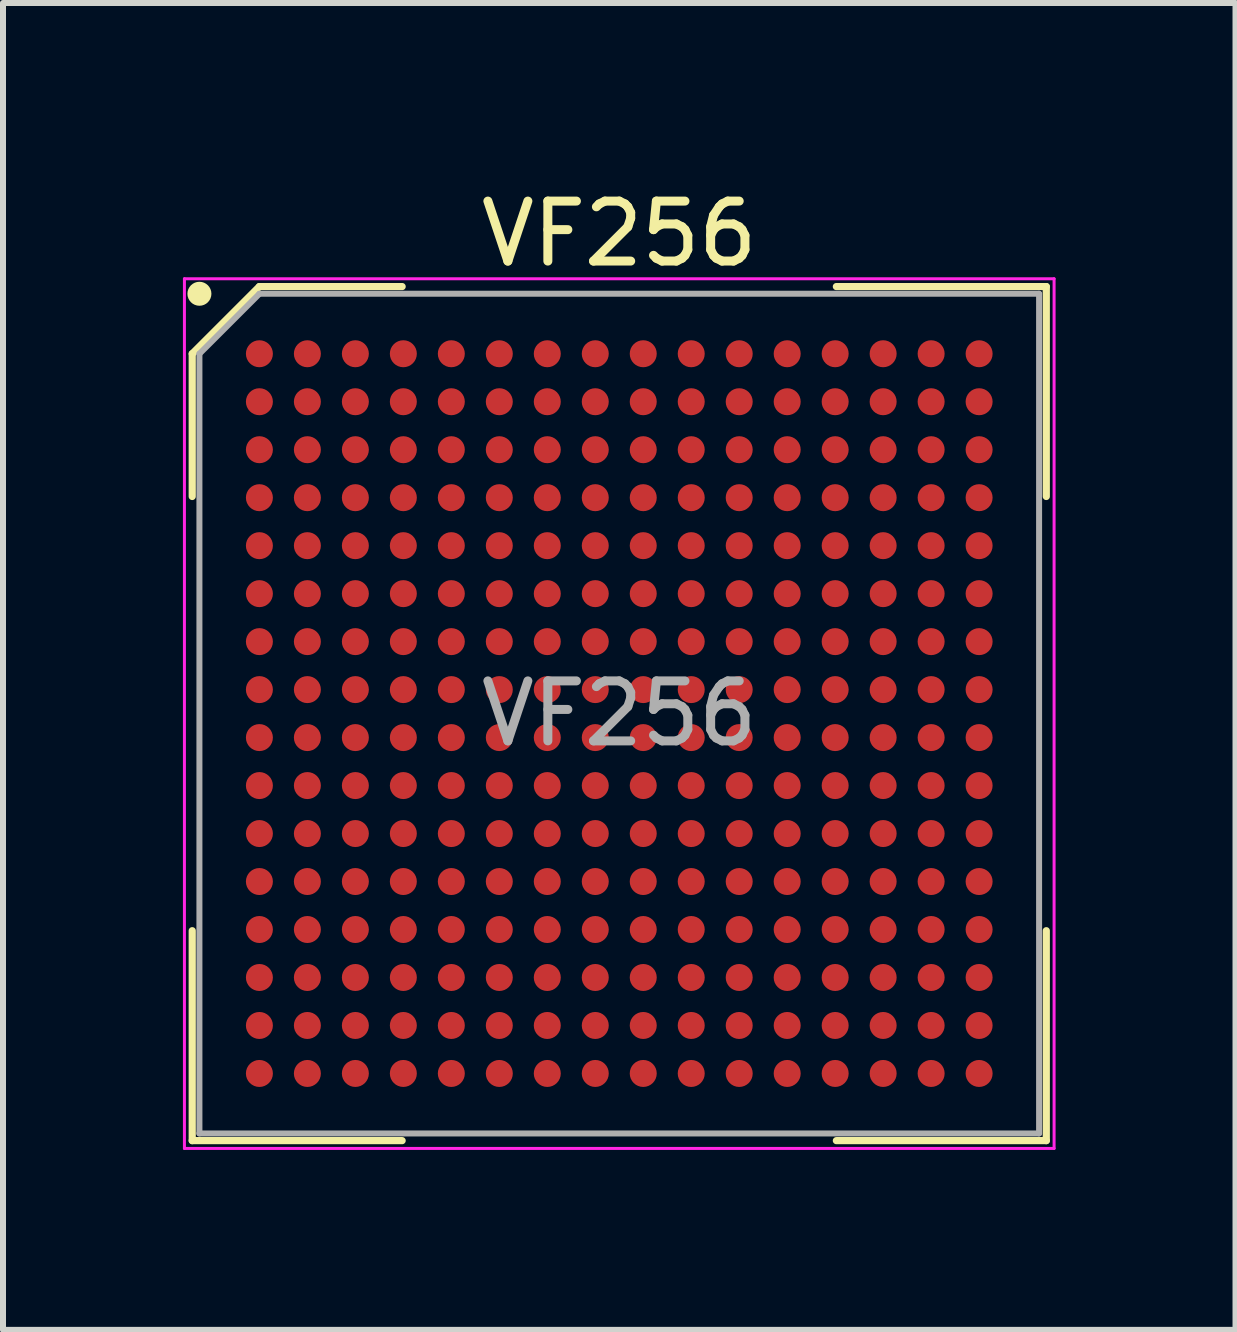
<source format=kicad_pcb>
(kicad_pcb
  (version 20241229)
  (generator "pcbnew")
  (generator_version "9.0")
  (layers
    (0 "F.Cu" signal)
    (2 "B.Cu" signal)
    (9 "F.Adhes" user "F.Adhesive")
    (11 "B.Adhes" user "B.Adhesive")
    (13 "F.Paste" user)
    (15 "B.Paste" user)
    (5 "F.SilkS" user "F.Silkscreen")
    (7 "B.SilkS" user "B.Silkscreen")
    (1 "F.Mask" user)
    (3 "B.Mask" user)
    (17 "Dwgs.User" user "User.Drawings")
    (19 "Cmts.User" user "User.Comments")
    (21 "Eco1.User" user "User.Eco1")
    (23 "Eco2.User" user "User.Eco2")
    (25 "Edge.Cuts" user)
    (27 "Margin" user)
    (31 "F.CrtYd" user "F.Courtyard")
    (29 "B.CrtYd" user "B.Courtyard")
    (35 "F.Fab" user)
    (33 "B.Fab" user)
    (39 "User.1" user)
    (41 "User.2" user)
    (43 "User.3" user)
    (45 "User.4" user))
  (footprint "VF256"
    (layer "F.Cu")
    (at 7.275 8.848)
    (property "Reference" "VF256" (at 0 -8 0) (layer "F.SilkS") (effects (font (size 1 1) (thickness 0.15))))
    (attr smd)
    (fp_line (start -7.12 -6) (end -7.12 -3.62) (stroke (width 0.12) (type default)) (layer "F.SilkS"))
    (fp_line (start -7.12 7.12) (end -7.12 3.62) (stroke (width 0.12) (type default)) (layer "F.SilkS"))
    (fp_line (start -6 -7.12) (end -7.12 -6) (stroke (width 0.12) (type default)) (layer "F.SilkS"))
    (fp_line (start -3.62 -7.12) (end -6 -7.12) (stroke (width 0.12) (type default)) (layer "F.SilkS"))
    (fp_line (start -3.62 7.12) (end -7.12 7.12) (stroke (width 0.12) (type default)) (layer "F.SilkS"))
    (fp_line (start 3.62 -7.12) (end 7.12 -7.12) (stroke (width 0.12) (type default)) (layer "F.SilkS"))
    (fp_line (start 3.62 7.12) (end 7.12 7.12) (stroke (width 0.12) (type default)) (layer "F.SilkS"))
    (fp_line (start 7.12 -7.12) (end 7.12 -3.62) (stroke (width 0.12) (type default)) (layer "F.SilkS"))
    (fp_line (start 7.12 7.12) (end 7.12 3.62) (stroke (width 0.12) (type default)) (layer "F.SilkS"))
    (fp_circle (center -7 -7) (end -7 -6.9) (stroke (width 0.2) (type default)) (fill no) (layer "F.SilkS"))
    (fp_line (start -7.25 -7.25) (end 7.25 -7.25) (stroke (width 0.05) (type default)) (layer "F.CrtYd"))
    (fp_line (start -7.25 7.25) (end -7.25 -7.25) (stroke (width 0.05) (type default)) (layer "F.CrtYd"))
    (fp_line (start 7.25 -7.25) (end 7.25 7.25) (stroke (width 0.05) (type default)) (layer "F.CrtYd"))
    (fp_line (start 7.25 7.25) (end -7.25 7.25) (stroke (width 0.05) (type default)) (layer "F.CrtYd"))
    (fp_line (start -7 -6) (end -7 7) (stroke (width 0.1) (type default)) (layer "F.Fab"))
    (fp_line (start -7 7) (end 7 7) (stroke (width 0.1) (type default)) (layer "F.Fab"))
    (fp_line (start -6 -7) (end -7 -6) (stroke (width 0.1) (type default)) (layer "F.Fab"))
    (fp_line (start 7 -7) (end -6 -7) (stroke (width 0.1) (type default)) (layer "F.Fab"))
    (fp_line (start 7 7) (end 7 -7) (stroke (width 0.1) (type default)) (layer "F.Fab"))
    (fp_text user "${REFERENCE}" (at 0 0 0) (layer "F.Fab") (effects (font (size 1 1) (thickness 0.15))))
    (pad "A1" smd circle (at -6 -6) (size 0.45 0.45) (layers "F.Cu" "F.Mask" "F.Paste"))
    (pad "A2" smd circle (at -5.2 -6) (size 0.45 0.45) (layers "F.Cu" "F.Mask" "F.Paste"))
    (pad "A3" smd circle (at -4.4 -6) (size 0.45 0.45) (layers "F.Cu" "F.Mask" "F.Paste"))
    (pad "A4" smd circle (at -3.6 -6) (size 0.45 0.45) (layers "F.Cu" "F.Mask" "F.Paste"))
    (pad "A5" smd circle (at -2.8 -6) (size 0.45 0.45) (layers "F.Cu" "F.Mask" "F.Paste"))
    (pad "A6" smd circle (at -2 -6) (size 0.45 0.45) (layers "F.Cu" "F.Mask" "F.Paste"))
    (pad "A7" smd circle (at -1.2 -6) (size 0.45 0.45) (layers "F.Cu" "F.Mask" "F.Paste"))
    (pad "A8" smd circle (at -0.4 -6) (size 0.45 0.45) (layers "F.Cu" "F.Mask" "F.Paste"))
    (pad "A9" smd circle (at 0.4 -6) (size 0.45 0.45) (layers "F.Cu" "F.Mask" "F.Paste"))
    (pad "A10" smd circle (at 1.2 -6) (size 0.45 0.45) (layers "F.Cu" "F.Mask" "F.Paste"))
    (pad "A11" smd circle (at 2 -6) (size 0.45 0.45) (layers "F.Cu" "F.Mask" "F.Paste"))
    (pad "A12" smd circle (at 2.8 -6) (size 0.45 0.45) (layers "F.Cu" "F.Mask" "F.Paste"))
    (pad "A13" smd circle (at 3.6 -6) (size 0.45 0.45) (layers "F.Cu" "F.Mask" "F.Paste"))
    (pad "A14" smd circle (at 4.4 -6) (size 0.45 0.45) (layers "F.Cu" "F.Mask" "F.Paste"))
    (pad "A15" smd circle (at 5.2 -6) (size 0.45 0.45) (layers "F.Cu" "F.Mask" "F.Paste"))
    (pad "A16" smd circle (at 6 -6) (size 0.45 0.45) (layers "F.Cu" "F.Mask" "F.Paste"))
    (pad "B1" smd circle (at -6 -5.2) (size 0.45 0.45) (layers "F.Cu" "F.Mask" "F.Paste"))
    (pad "B2" smd circle (at -5.2 -5.2) (size 0.45 0.45) (layers "F.Cu" "F.Mask" "F.Paste"))
    (pad "B3" smd circle (at -4.4 -5.2) (size 0.45 0.45) (layers "F.Cu" "F.Mask" "F.Paste"))
    (pad "B4" smd circle (at -3.6 -5.2) (size 0.45 0.45) (layers "F.Cu" "F.Mask" "F.Paste"))
    (pad "B5" smd circle (at -2.8 -5.2) (size 0.45 0.45) (layers "F.Cu" "F.Mask" "F.Paste"))
    (pad "B6" smd circle (at -2 -5.2) (size 0.45 0.45) (layers "F.Cu" "F.Mask" "F.Paste"))
    (pad "B7" smd circle (at -1.2 -5.2) (size 0.45 0.45) (layers "F.Cu" "F.Mask" "F.Paste"))
    (pad "B8" smd circle (at -0.4 -5.2) (size 0.45 0.45) (layers "F.Cu" "F.Mask" "F.Paste"))
    (pad "B9" smd circle (at 0.4 -5.2) (size 0.45 0.45) (layers "F.Cu" "F.Mask" "F.Paste"))
    (pad "B10" smd circle (at 1.2 -5.2) (size 0.45 0.45) (layers "F.Cu" "F.Mask" "F.Paste"))
    (pad "B11" smd circle (at 2 -5.2) (size 0.45 0.45) (layers "F.Cu" "F.Mask" "F.Paste"))
    (pad "B12" smd circle (at 2.8 -5.2) (size 0.45 0.45) (layers "F.Cu" "F.Mask" "F.Paste"))
    (pad "B13" smd circle (at 3.6 -5.2) (size 0.45 0.45) (layers "F.Cu" "F.Mask" "F.Paste"))
    (pad "B14" smd circle (at 4.4 -5.2) (size 0.45 0.45) (layers "F.Cu" "F.Mask" "F.Paste"))
    (pad "B15" smd circle (at 5.2 -5.2) (size 0.45 0.45) (layers "F.Cu" "F.Mask" "F.Paste"))
    (pad "B16" smd circle (at 6 -5.2) (size 0.45 0.45) (layers "F.Cu" "F.Mask" "F.Paste"))
    (pad "C1" smd circle (at -6 -4.4) (size 0.45 0.45) (layers "F.Cu" "F.Mask" "F.Paste"))
    (pad "C2" smd circle (at -5.2 -4.4) (size 0.45 0.45) (layers "F.Cu" "F.Mask" "F.Paste"))
    (pad "C3" smd circle (at -4.4 -4.4) (size 0.45 0.45) (layers "F.Cu" "F.Mask" "F.Paste"))
    (pad "C4" smd circle (at -3.6 -4.4) (size 0.45 0.45) (layers "F.Cu" "F.Mask" "F.Paste"))
    (pad "C5" smd circle (at -2.8 -4.4) (size 0.45 0.45) (layers "F.Cu" "F.Mask" "F.Paste"))
    (pad "C6" smd circle (at -2 -4.4) (size 0.45 0.45) (layers "F.Cu" "F.Mask" "F.Paste"))
    (pad "C7" smd circle (at -1.2 -4.4) (size 0.45 0.45) (layers "F.Cu" "F.Mask" "F.Paste"))
    (pad "C8" smd circle (at -0.4 -4.4) (size 0.45 0.45) (layers "F.Cu" "F.Mask" "F.Paste"))
    (pad "C9" smd circle (at 0.4 -4.4) (size 0.45 0.45) (layers "F.Cu" "F.Mask" "F.Paste"))
    (pad "C10" smd circle (at 1.2 -4.4) (size 0.45 0.45) (layers "F.Cu" "F.Mask" "F.Paste"))
    (pad "C11" smd circle (at 2 -4.4) (size 0.45 0.45) (layers "F.Cu" "F.Mask" "F.Paste"))
    (pad "C12" smd circle (at 2.8 -4.4) (size 0.45 0.45) (layers "F.Cu" "F.Mask" "F.Paste"))
    (pad "C13" smd circle (at 3.6 -4.4) (size 0.45 0.45) (layers "F.Cu" "F.Mask" "F.Paste"))
    (pad "C14" smd circle (at 4.4 -4.4) (size 0.45 0.45) (layers "F.Cu" "F.Mask" "F.Paste"))
    (pad "C15" smd circle (at 5.2 -4.4) (size 0.45 0.45) (layers "F.Cu" "F.Mask" "F.Paste"))
    (pad "C16" smd circle (at 6 -4.4) (size 0.45 0.45) (layers "F.Cu" "F.Mask" "F.Paste"))
    (pad "D1" smd circle (at -6 -3.6) (size 0.45 0.45) (layers "F.Cu" "F.Mask" "F.Paste"))
    (pad "D2" smd circle (at -5.2 -3.6) (size 0.45 0.45) (layers "F.Cu" "F.Mask" "F.Paste"))
    (pad "D3" smd circle (at -4.4 -3.6) (size 0.45 0.45) (layers "F.Cu" "F.Mask" "F.Paste"))
    (pad "D4" smd circle (at -3.6 -3.6) (size 0.45 0.45) (layers "F.Cu" "F.Mask" "F.Paste"))
    (pad "D5" smd circle (at -2.8 -3.6) (size 0.45 0.45) (layers "F.Cu" "F.Mask" "F.Paste"))
    (pad "D6" smd circle (at -2 -3.6) (size 0.45 0.45) (layers "F.Cu" "F.Mask" "F.Paste"))
    (pad "D7" smd circle (at -1.2 -3.6) (size 0.45 0.45) (layers "F.Cu" "F.Mask" "F.Paste"))
    (pad "D8" smd circle (at -0.4 -3.6) (size 0.45 0.45) (layers "F.Cu" "F.Mask" "F.Paste"))
    (pad "D9" smd circle (at 0.4 -3.6) (size 0.45 0.45) (layers "F.Cu" "F.Mask" "F.Paste"))
    (pad "D10" smd circle (at 1.2 -3.6) (size 0.45 0.45) (layers "F.Cu" "F.Mask" "F.Paste"))
    (pad "D11" smd circle (at 2 -3.6) (size 0.45 0.45) (layers "F.Cu" "F.Mask" "F.Paste"))
    (pad "D12" smd circle (at 2.8 -3.6) (size 0.45 0.45) (layers "F.Cu" "F.Mask" "F.Paste"))
    (pad "D13" smd circle (at 3.6 -3.6) (size 0.45 0.45) (layers "F.Cu" "F.Mask" "F.Paste"))
    (pad "D14" smd circle (at 4.4 -3.6) (size 0.45 0.45) (layers "F.Cu" "F.Mask" "F.Paste"))
    (pad "D15" smd circle (at 5.2 -3.6) (size 0.45 0.45) (layers "F.Cu" "F.Mask" "F.Paste"))
    (pad "D16" smd circle (at 6 -3.6) (size 0.45 0.45) (layers "F.Cu" "F.Mask" "F.Paste"))
    (pad "E1" smd circle (at -6 -2.8) (size 0.45 0.45) (layers "F.Cu" "F.Mask" "F.Paste"))
    (pad "E2" smd circle (at -5.2 -2.8) (size 0.45 0.45) (layers "F.Cu" "F.Mask" "F.Paste"))
    (pad "E3" smd circle (at -4.4 -2.8) (size 0.45 0.45) (layers "F.Cu" "F.Mask" "F.Paste"))
    (pad "E4" smd circle (at -3.6 -2.8) (size 0.45 0.45) (layers "F.Cu" "F.Mask" "F.Paste"))
    (pad "E5" smd circle (at -2.8 -2.8) (size 0.45 0.45) (layers "F.Cu" "F.Mask" "F.Paste"))
    (pad "E6" smd circle (at -2 -2.8) (size 0.45 0.45) (layers "F.Cu" "F.Mask" "F.Paste"))
    (pad "E7" smd circle (at -1.2 -2.8) (size 0.45 0.45) (layers "F.Cu" "F.Mask" "F.Paste"))
    (pad "E8" smd circle (at -0.4 -2.8) (size 0.45 0.45) (layers "F.Cu" "F.Mask" "F.Paste"))
    (pad "E9" smd circle (at 0.4 -2.8) (size 0.45 0.45) (layers "F.Cu" "F.Mask" "F.Paste"))
    (pad "E10" smd circle (at 1.2 -2.8) (size 0.45 0.45) (layers "F.Cu" "F.Mask" "F.Paste"))
    (pad "E11" smd circle (at 2 -2.8) (size 0.45 0.45) (layers "F.Cu" "F.Mask" "F.Paste"))
    (pad "E12" smd circle (at 2.8 -2.8) (size 0.45 0.45) (layers "F.Cu" "F.Mask" "F.Paste"))
    (pad "E13" smd circle (at 3.6 -2.8) (size 0.45 0.45) (layers "F.Cu" "F.Mask" "F.Paste"))
    (pad "E14" smd circle (at 4.4 -2.8) (size 0.45 0.45) (layers "F.Cu" "F.Mask" "F.Paste"))
    (pad "E15" smd circle (at 5.2 -2.8) (size 0.45 0.45) (layers "F.Cu" "F.Mask" "F.Paste"))
    (pad "E16" smd circle (at 6 -2.8) (size 0.45 0.45) (layers "F.Cu" "F.Mask" "F.Paste"))
    (pad "F1" smd circle (at -6 -2) (size 0.45 0.45) (layers "F.Cu" "F.Mask" "F.Paste"))
    (pad "F2" smd circle (at -5.2 -2) (size 0.45 0.45) (layers "F.Cu" "F.Mask" "F.Paste"))
    (pad "F3" smd circle (at -4.4 -2) (size 0.45 0.45) (layers "F.Cu" "F.Mask" "F.Paste"))
    (pad "F4" smd circle (at -3.6 -2) (size 0.45 0.45) (layers "F.Cu" "F.Mask" "F.Paste"))
    (pad "F5" smd circle (at -2.8 -2) (size 0.45 0.45) (layers "F.Cu" "F.Mask" "F.Paste"))
    (pad "F6" smd circle (at -2 -2) (size 0.45 0.45) (layers "F.Cu" "F.Mask" "F.Paste"))
    (pad "F7" smd circle (at -1.2 -2) (size 0.45 0.45) (layers "F.Cu" "F.Mask" "F.Paste"))
    (pad "F8" smd circle (at -0.4 -2) (size 0.45 0.45) (layers "F.Cu" "F.Mask" "F.Paste"))
    (pad "F9" smd circle (at 0.4 -2) (size 0.45 0.45) (layers "F.Cu" "F.Mask" "F.Paste"))
    (pad "F10" smd circle (at 1.2 -2) (size 0.45 0.45) (layers "F.Cu" "F.Mask" "F.Paste"))
    (pad "F11" smd circle (at 2 -2) (size 0.45 0.45) (layers "F.Cu" "F.Mask" "F.Paste"))
    (pad "F12" smd circle (at 2.8 -2) (size 0.45 0.45) (layers "F.Cu" "F.Mask" "F.Paste"))
    (pad "F13" smd circle (at 3.6 -2) (size 0.45 0.45) (layers "F.Cu" "F.Mask" "F.Paste"))
    (pad "F14" smd circle (at 4.4 -2) (size 0.45 0.45) (layers "F.Cu" "F.Mask" "F.Paste"))
    (pad "F15" smd circle (at 5.2 -2) (size 0.45 0.45) (layers "F.Cu" "F.Mask" "F.Paste"))
    (pad "F16" smd circle (at 6 -2) (size 0.45 0.45) (layers "F.Cu" "F.Mask" "F.Paste"))
    (pad "G1" smd circle (at -6 -1.2) (size 0.45 0.45) (layers "F.Cu" "F.Mask" "F.Paste"))
    (pad "G2" smd circle (at -5.2 -1.2) (size 0.45 0.45) (layers "F.Cu" "F.Mask" "F.Paste"))
    (pad "G3" smd circle (at -4.4 -1.2) (size 0.45 0.45) (layers "F.Cu" "F.Mask" "F.Paste"))
    (pad "G4" smd circle (at -3.6 -1.2) (size 0.45 0.45) (layers "F.Cu" "F.Mask" "F.Paste"))
    (pad "G5" smd circle (at -2.8 -1.2) (size 0.45 0.45) (layers "F.Cu" "F.Mask" "F.Paste"))
    (pad "G6" smd circle (at -2 -1.2) (size 0.45 0.45) (layers "F.Cu" "F.Mask" "F.Paste"))
    (pad "G7" smd circle (at -1.2 -1.2) (size 0.45 0.45) (layers "F.Cu" "F.Mask" "F.Paste"))
    (pad "G8" smd circle (at -0.4 -1.2) (size 0.45 0.45) (layers "F.Cu" "F.Mask" "F.Paste"))
    (pad "G9" smd circle (at 0.4 -1.2) (size 0.45 0.45) (layers "F.Cu" "F.Mask" "F.Paste"))
    (pad "G10" smd circle (at 1.2 -1.2) (size 0.45 0.45) (layers "F.Cu" "F.Mask" "F.Paste"))
    (pad "G11" smd circle (at 2 -1.2) (size 0.45 0.45) (layers "F.Cu" "F.Mask" "F.Paste"))
    (pad "G12" smd circle (at 2.8 -1.2) (size 0.45 0.45) (layers "F.Cu" "F.Mask" "F.Paste"))
    (pad "G13" smd circle (at 3.6 -1.2) (size 0.45 0.45) (layers "F.Cu" "F.Mask" "F.Paste"))
    (pad "G14" smd circle (at 4.4 -1.2) (size 0.45 0.45) (layers "F.Cu" "F.Mask" "F.Paste"))
    (pad "G15" smd circle (at 5.2 -1.2) (size 0.45 0.45) (layers "F.Cu" "F.Mask" "F.Paste"))
    (pad "G16" smd circle (at 6 -1.2) (size 0.45 0.45) (layers "F.Cu" "F.Mask" "F.Paste"))
    (pad "H1" smd circle (at -6 -0.4) (size 0.45 0.45) (layers "F.Cu" "F.Mask" "F.Paste"))
    (pad "H2" smd circle (at -5.2 -0.4) (size 0.45 0.45) (layers "F.Cu" "F.Mask" "F.Paste"))
    (pad "H3" smd circle (at -4.4 -0.4) (size 0.45 0.45) (layers "F.Cu" "F.Mask" "F.Paste"))
    (pad "H4" smd circle (at -3.6 -0.4) (size 0.45 0.45) (layers "F.Cu" "F.Mask" "F.Paste"))
    (pad "H5" smd circle (at -2.8 -0.4) (size 0.45 0.45) (layers "F.Cu" "F.Mask" "F.Paste"))
    (pad "H6" smd circle (at -2 -0.4) (size 0.45 0.45) (layers "F.Cu" "F.Mask" "F.Paste"))
    (pad "H7" smd circle (at -1.2 -0.4) (size 0.45 0.45) (layers "F.Cu" "F.Mask" "F.Paste"))
    (pad "H8" smd circle (at -0.4 -0.4) (size 0.45 0.45) (layers "F.Cu" "F.Mask" "F.Paste"))
    (pad "H9" smd circle (at 0.4 -0.4) (size 0.45 0.45) (layers "F.Cu" "F.Mask" "F.Paste"))
    (pad "H10" smd circle (at 1.2 -0.4) (size 0.45 0.45) (layers "F.Cu" "F.Mask" "F.Paste"))
    (pad "H11" smd circle (at 2 -0.4) (size 0.45 0.45) (layers "F.Cu" "F.Mask" "F.Paste"))
    (pad "H12" smd circle (at 2.8 -0.4) (size 0.45 0.45) (layers "F.Cu" "F.Mask" "F.Paste"))
    (pad "H13" smd circle (at 3.6 -0.4) (size 0.45 0.45) (layers "F.Cu" "F.Mask" "F.Paste"))
    (pad "H14" smd circle (at 4.4 -0.4) (size 0.45 0.45) (layers "F.Cu" "F.Mask" "F.Paste"))
    (pad "H15" smd circle (at 5.2 -0.4) (size 0.45 0.45) (layers "F.Cu" "F.Mask" "F.Paste"))
    (pad "H16" smd circle (at 6 -0.4) (size 0.45 0.45) (layers "F.Cu" "F.Mask" "F.Paste"))
    (pad "J1" smd circle (at -6 0.4) (size 0.45 0.45) (layers "F.Cu" "F.Mask" "F.Paste"))
    (pad "J2" smd circle (at -5.2 0.4) (size 0.45 0.45) (layers "F.Cu" "F.Mask" "F.Paste"))
    (pad "J3" smd circle (at -4.4 0.4) (size 0.45 0.45) (layers "F.Cu" "F.Mask" "F.Paste"))
    (pad "J4" smd circle (at -3.6 0.4) (size 0.45 0.45) (layers "F.Cu" "F.Mask" "F.Paste"))
    (pad "J5" smd circle (at -2.8 0.4) (size 0.45 0.45) (layers "F.Cu" "F.Mask" "F.Paste"))
    (pad "J6" smd circle (at -2 0.4) (size 0.45 0.45) (layers "F.Cu" "F.Mask" "F.Paste"))
    (pad "J7" smd circle (at -1.2 0.4) (size 0.45 0.45) (layers "F.Cu" "F.Mask" "F.Paste"))
    (pad "J8" smd circle (at -0.4 0.4) (size 0.45 0.45) (layers "F.Cu" "F.Mask" "F.Paste"))
    (pad "J9" smd circle (at 0.4 0.4) (size 0.45 0.45) (layers "F.Cu" "F.Mask" "F.Paste"))
    (pad "J10" smd circle (at 1.2 0.4) (size 0.45 0.45) (layers "F.Cu" "F.Mask" "F.Paste"))
    (pad "J11" smd circle (at 2 0.4) (size 0.45 0.45) (layers "F.Cu" "F.Mask" "F.Paste"))
    (pad "J12" smd circle (at 2.8 0.4) (size 0.45 0.45) (layers "F.Cu" "F.Mask" "F.Paste"))
    (pad "J13" smd circle (at 3.6 0.4) (size 0.45 0.45) (layers "F.Cu" "F.Mask" "F.Paste"))
    (pad "J14" smd circle (at 4.4 0.4) (size 0.45 0.45) (layers "F.Cu" "F.Mask" "F.Paste"))
    (pad "J15" smd circle (at 5.2 0.4) (size 0.45 0.45) (layers "F.Cu" "F.Mask" "F.Paste"))
    (pad "J16" smd circle (at 6 0.4) (size 0.45 0.45) (layers "F.Cu" "F.Mask" "F.Paste"))
    (pad "K1" smd circle (at -6 1.2) (size 0.45 0.45) (layers "F.Cu" "F.Mask" "F.Paste"))
    (pad "K2" smd circle (at -5.2 1.2) (size 0.45 0.45) (layers "F.Cu" "F.Mask" "F.Paste"))
    (pad "K3" smd circle (at -4.4 1.2) (size 0.45 0.45) (layers "F.Cu" "F.Mask" "F.Paste"))
    (pad "K4" smd circle (at -3.6 1.2) (size 0.45 0.45) (layers "F.Cu" "F.Mask" "F.Paste"))
    (pad "K5" smd circle (at -2.8 1.2) (size 0.45 0.45) (layers "F.Cu" "F.Mask" "F.Paste"))
    (pad "K6" smd circle (at -2 1.2) (size 0.45 0.45) (layers "F.Cu" "F.Mask" "F.Paste"))
    (pad "K7" smd circle (at -1.2 1.2) (size 0.45 0.45) (layers "F.Cu" "F.Mask" "F.Paste"))
    (pad "K8" smd circle (at -0.4 1.2) (size 0.45 0.45) (layers "F.Cu" "F.Mask" "F.Paste"))
    (pad "K9" smd circle (at 0.4 1.2) (size 0.45 0.45) (layers "F.Cu" "F.Mask" "F.Paste"))
    (pad "K10" smd circle (at 1.2 1.2) (size 0.45 0.45) (layers "F.Cu" "F.Mask" "F.Paste"))
    (pad "K11" smd circle (at 2 1.2) (size 0.45 0.45) (layers "F.Cu" "F.Mask" "F.Paste"))
    (pad "K12" smd circle (at 2.8 1.2) (size 0.45 0.45) (layers "F.Cu" "F.Mask" "F.Paste"))
    (pad "K13" smd circle (at 3.6 1.2) (size 0.45 0.45) (layers "F.Cu" "F.Mask" "F.Paste"))
    (pad "K14" smd circle (at 4.4 1.2) (size 0.45 0.45) (layers "F.Cu" "F.Mask" "F.Paste"))
    (pad "K15" smd circle (at 5.2 1.2) (size 0.45 0.45) (layers "F.Cu" "F.Mask" "F.Paste"))
    (pad "K16" smd circle (at 6 1.2) (size 0.45 0.45) (layers "F.Cu" "F.Mask" "F.Paste"))
    (pad "L1" smd circle (at -6 2) (size 0.45 0.45) (layers "F.Cu" "F.Mask" "F.Paste"))
    (pad "L2" smd circle (at -5.2 2) (size 0.45 0.45) (layers "F.Cu" "F.Mask" "F.Paste"))
    (pad "L3" smd circle (at -4.4 2) (size 0.45 0.45) (layers "F.Cu" "F.Mask" "F.Paste"))
    (pad "L4" smd circle (at -3.6 2) (size 0.45 0.45) (layers "F.Cu" "F.Mask" "F.Paste"))
    (pad "L5" smd circle (at -2.8 2) (size 0.45 0.45) (layers "F.Cu" "F.Mask" "F.Paste"))
    (pad "L6" smd circle (at -2 2) (size 0.45 0.45) (layers "F.Cu" "F.Mask" "F.Paste"))
    (pad "L7" smd circle (at -1.2 2) (size 0.45 0.45) (layers "F.Cu" "F.Mask" "F.Paste"))
    (pad "L8" smd circle (at -0.4 2) (size 0.45 0.45) (layers "F.Cu" "F.Mask" "F.Paste"))
    (pad "L9" smd circle (at 0.4 2) (size 0.45 0.45) (layers "F.Cu" "F.Mask" "F.Paste"))
    (pad "L10" smd circle (at 1.2 2) (size 0.45 0.45) (layers "F.Cu" "F.Mask" "F.Paste"))
    (pad "L11" smd circle (at 2 2) (size 0.45 0.45) (layers "F.Cu" "F.Mask" "F.Paste"))
    (pad "L12" smd circle (at 2.8 2) (size 0.45 0.45) (layers "F.Cu" "F.Mask" "F.Paste"))
    (pad "L13" smd circle (at 3.6 2) (size 0.45 0.45) (layers "F.Cu" "F.Mask" "F.Paste"))
    (pad "L14" smd circle (at 4.4 2) (size 0.45 0.45) (layers "F.Cu" "F.Mask" "F.Paste"))
    (pad "L15" smd circle (at 5.2 2) (size 0.45 0.45) (layers "F.Cu" "F.Mask" "F.Paste"))
    (pad "L16" smd circle (at 6 2) (size 0.45 0.45) (layers "F.Cu" "F.Mask" "F.Paste"))
    (pad "M1" smd circle (at -6 2.8) (size 0.45 0.45) (layers "F.Cu" "F.Mask" "F.Paste"))
    (pad "M2" smd circle (at -5.2 2.8) (size 0.45 0.45) (layers "F.Cu" "F.Mask" "F.Paste"))
    (pad "M3" smd circle (at -4.4 2.8) (size 0.45 0.45) (layers "F.Cu" "F.Mask" "F.Paste"))
    (pad "M4" smd circle (at -3.6 2.8) (size 0.45 0.45) (layers "F.Cu" "F.Mask" "F.Paste"))
    (pad "M5" smd circle (at -2.8 2.8) (size 0.45 0.45) (layers "F.Cu" "F.Mask" "F.Paste"))
    (pad "M6" smd circle (at -2 2.8) (size 0.45 0.45) (layers "F.Cu" "F.Mask" "F.Paste"))
    (pad "M7" smd circle (at -1.2 2.8) (size 0.45 0.45) (layers "F.Cu" "F.Mask" "F.Paste"))
    (pad "M8" smd circle (at -0.4 2.8) (size 0.45 0.45) (layers "F.Cu" "F.Mask" "F.Paste"))
    (pad "M9" smd circle (at 0.4 2.8) (size 0.45 0.45) (layers "F.Cu" "F.Mask" "F.Paste"))
    (pad "M10" smd circle (at 1.2 2.8) (size 0.45 0.45) (layers "F.Cu" "F.Mask" "F.Paste"))
    (pad "M11" smd circle (at 2 2.8) (size 0.45 0.45) (layers "F.Cu" "F.Mask" "F.Paste"))
    (pad "M12" smd circle (at 2.8 2.8) (size 0.45 0.45) (layers "F.Cu" "F.Mask" "F.Paste"))
    (pad "M13" smd circle (at 3.6 2.8) (size 0.45 0.45) (layers "F.Cu" "F.Mask" "F.Paste"))
    (pad "M14" smd circle (at 4.4 2.8) (size 0.45 0.45) (layers "F.Cu" "F.Mask" "F.Paste"))
    (pad "M15" smd circle (at 5.2 2.8) (size 0.45 0.45) (layers "F.Cu" "F.Mask" "F.Paste"))
    (pad "M16" smd circle (at 6 2.8) (size 0.45 0.45) (layers "F.Cu" "F.Mask" "F.Paste"))
    (pad "N1" smd circle (at -6 3.6) (size 0.45 0.45) (layers "F.Cu" "F.Mask" "F.Paste"))
    (pad "N2" smd circle (at -5.2 3.6) (size 0.45 0.45) (layers "F.Cu" "F.Mask" "F.Paste"))
    (pad "N3" smd circle (at -4.4 3.6) (size 0.45 0.45) (layers "F.Cu" "F.Mask" "F.Paste"))
    (pad "N4" smd circle (at -3.6 3.6) (size 0.45 0.45) (layers "F.Cu" "F.Mask" "F.Paste"))
    (pad "N5" smd circle (at -2.8 3.6) (size 0.45 0.45) (layers "F.Cu" "F.Mask" "F.Paste"))
    (pad "N6" smd circle (at -2 3.6) (size 0.45 0.45) (layers "F.Cu" "F.Mask" "F.Paste"))
    (pad "N7" smd circle (at -1.2 3.6) (size 0.45 0.45) (layers "F.Cu" "F.Mask" "F.Paste"))
    (pad "N8" smd circle (at -0.4 3.6) (size 0.45 0.45) (layers "F.Cu" "F.Mask" "F.Paste"))
    (pad "N9" smd circle (at 0.4 3.6) (size 0.45 0.45) (layers "F.Cu" "F.Mask" "F.Paste"))
    (pad "N10" smd circle (at 1.2 3.6) (size 0.45 0.45) (layers "F.Cu" "F.Mask" "F.Paste"))
    (pad "N11" smd circle (at 2 3.6) (size 0.45 0.45) (layers "F.Cu" "F.Mask" "F.Paste"))
    (pad "N12" smd circle (at 2.8 3.6) (size 0.45 0.45) (layers "F.Cu" "F.Mask" "F.Paste"))
    (pad "N13" smd circle (at 3.6 3.6) (size 0.45 0.45) (layers "F.Cu" "F.Mask" "F.Paste"))
    (pad "N14" smd circle (at 4.4 3.6) (size 0.45 0.45) (layers "F.Cu" "F.Mask" "F.Paste"))
    (pad "N15" smd circle (at 5.2 3.6) (size 0.45 0.45) (layers "F.Cu" "F.Mask" "F.Paste"))
    (pad "N16" smd circle (at 6 3.6) (size 0.45 0.45) (layers "F.Cu" "F.Mask" "F.Paste"))
    (pad "P1" smd circle (at -6 4.4) (size 0.45 0.45) (layers "F.Cu" "F.Mask" "F.Paste"))
    (pad "P2" smd circle (at -5.2 4.4) (size 0.45 0.45) (layers "F.Cu" "F.Mask" "F.Paste"))
    (pad "P3" smd circle (at -4.4 4.4) (size 0.45 0.45) (layers "F.Cu" "F.Mask" "F.Paste"))
    (pad "P4" smd circle (at -3.6 4.4) (size 0.45 0.45) (layers "F.Cu" "F.Mask" "F.Paste"))
    (pad "P5" smd circle (at -2.8 4.4) (size 0.45 0.45) (layers "F.Cu" "F.Mask" "F.Paste"))
    (pad "P6" smd circle (at -2 4.4) (size 0.45 0.45) (layers "F.Cu" "F.Mask" "F.Paste"))
    (pad "P7" smd circle (at -1.2 4.4) (size 0.45 0.45) (layers "F.Cu" "F.Mask" "F.Paste"))
    (pad "P8" smd circle (at -0.4 4.4) (size 0.45 0.45) (layers "F.Cu" "F.Mask" "F.Paste"))
    (pad "P9" smd circle (at 0.4 4.4) (size 0.45 0.45) (layers "F.Cu" "F.Mask" "F.Paste"))
    (pad "P10" smd circle (at 1.2 4.4) (size 0.45 0.45) (layers "F.Cu" "F.Mask" "F.Paste"))
    (pad "P11" smd circle (at 2 4.4) (size 0.45 0.45) (layers "F.Cu" "F.Mask" "F.Paste"))
    (pad "P12" smd circle (at 2.8 4.4) (size 0.45 0.45) (layers "F.Cu" "F.Mask" "F.Paste"))
    (pad "P13" smd circle (at 3.6 4.4) (size 0.45 0.45) (layers "F.Cu" "F.Mask" "F.Paste"))
    (pad "P14" smd circle (at 4.4 4.4) (size 0.45 0.45) (layers "F.Cu" "F.Mask" "F.Paste"))
    (pad "P15" smd circle (at 5.2 4.4) (size 0.45 0.45) (layers "F.Cu" "F.Mask" "F.Paste"))
    (pad "P16" smd circle (at 6 4.4) (size 0.45 0.45) (layers "F.Cu" "F.Mask" "F.Paste"))
    (pad "R1" smd circle (at -6 5.2) (size 0.45 0.45) (layers "F.Cu" "F.Mask" "F.Paste"))
    (pad "R2" smd circle (at -5.2 5.2) (size 0.45 0.45) (layers "F.Cu" "F.Mask" "F.Paste"))
    (pad "R3" smd circle (at -4.4 5.2) (size 0.45 0.45) (layers "F.Cu" "F.Mask" "F.Paste"))
    (pad "R4" smd circle (at -3.6 5.2) (size 0.45 0.45) (layers "F.Cu" "F.Mask" "F.Paste"))
    (pad "R5" smd circle (at -2.8 5.2) (size 0.45 0.45) (layers "F.Cu" "F.Mask" "F.Paste"))
    (pad "R6" smd circle (at -2 5.2) (size 0.45 0.45) (layers "F.Cu" "F.Mask" "F.Paste"))
    (pad "R7" smd circle (at -1.2 5.2) (size 0.45 0.45) (layers "F.Cu" "F.Mask" "F.Paste"))
    (pad "R8" smd circle (at -0.4 5.2) (size 0.45 0.45) (layers "F.Cu" "F.Mask" "F.Paste"))
    (pad "R9" smd circle (at 0.4 5.2) (size 0.45 0.45) (layers "F.Cu" "F.Mask" "F.Paste"))
    (pad "R10" smd circle (at 1.2 5.2) (size 0.45 0.45) (layers "F.Cu" "F.Mask" "F.Paste"))
    (pad "R11" smd circle (at 2 5.2) (size 0.45 0.45) (layers "F.Cu" "F.Mask" "F.Paste"))
    (pad "R12" smd circle (at 2.8 5.2) (size 0.45 0.45) (layers "F.Cu" "F.Mask" "F.Paste"))
    (pad "R13" smd circle (at 3.6 5.2) (size 0.45 0.45) (layers "F.Cu" "F.Mask" "F.Paste"))
    (pad "R14" smd circle (at 4.4 5.2) (size 0.45 0.45) (layers "F.Cu" "F.Mask" "F.Paste"))
    (pad "R15" smd circle (at 5.2 5.2) (size 0.45 0.45) (layers "F.Cu" "F.Mask" "F.Paste"))
    (pad "R16" smd circle (at 6 5.2) (size 0.45 0.45) (layers "F.Cu" "F.Mask" "F.Paste"))
    (pad "T1" smd circle (at -6 6) (size 0.45 0.45) (layers "F.Cu" "F.Mask" "F.Paste"))
    (pad "T2" smd circle (at -5.2 6) (size 0.45 0.45) (layers "F.Cu" "F.Mask" "F.Paste"))
    (pad "T3" smd circle (at -4.4 6) (size 0.45 0.45) (layers "F.Cu" "F.Mask" "F.Paste"))
    (pad "T4" smd circle (at -3.6 6) (size 0.45 0.45) (layers "F.Cu" "F.Mask" "F.Paste"))
    (pad "T5" smd circle (at -2.8 6) (size 0.45 0.45) (layers "F.Cu" "F.Mask" "F.Paste"))
    (pad "T6" smd circle (at -2 6) (size 0.45 0.45) (layers "F.Cu" "F.Mask" "F.Paste"))
    (pad "T7" smd circle (at -1.2 6) (size 0.45 0.45) (layers "F.Cu" "F.Mask" "F.Paste"))
    (pad "T8" smd circle (at -0.4 6) (size 0.45 0.45) (layers "F.Cu" "F.Mask" "F.Paste"))
    (pad "T9" smd circle (at 0.4 6) (size 0.45 0.45) (layers "F.Cu" "F.Mask" "F.Paste"))
    (pad "T10" smd circle (at 1.2 6) (size 0.45 0.45) (layers "F.Cu" "F.Mask" "F.Paste"))
    (pad "T11" smd circle (at 2 6) (size 0.45 0.45) (layers "F.Cu" "F.Mask" "F.Paste"))
    (pad "T12" smd circle (at 2.8 6) (size 0.45 0.45) (layers "F.Cu" "F.Mask" "F.Paste"))
    (pad "T13" smd circle (at 3.6 6) (size 0.45 0.45) (layers "F.Cu" "F.Mask" "F.Paste"))
    (pad "T14" smd circle (at 4.4 6) (size 0.45 0.45) (layers "F.Cu" "F.Mask" "F.Paste"))
    (pad "T15" smd circle (at 5.2 6) (size 0.45 0.45) (layers "F.Cu" "F.Mask" "F.Paste"))
    (pad "T16" smd circle (at 6 6) (size 0.45 0.45) (layers "F.Cu" "F.Mask" "F.Paste")))
  (gr_rect
    (start -3 -3)
    (end 17.55 19.123)
    (stroke (width 0.1) (type default))
    (fill no)
    (layer "Edge.Cuts")))
</source>
